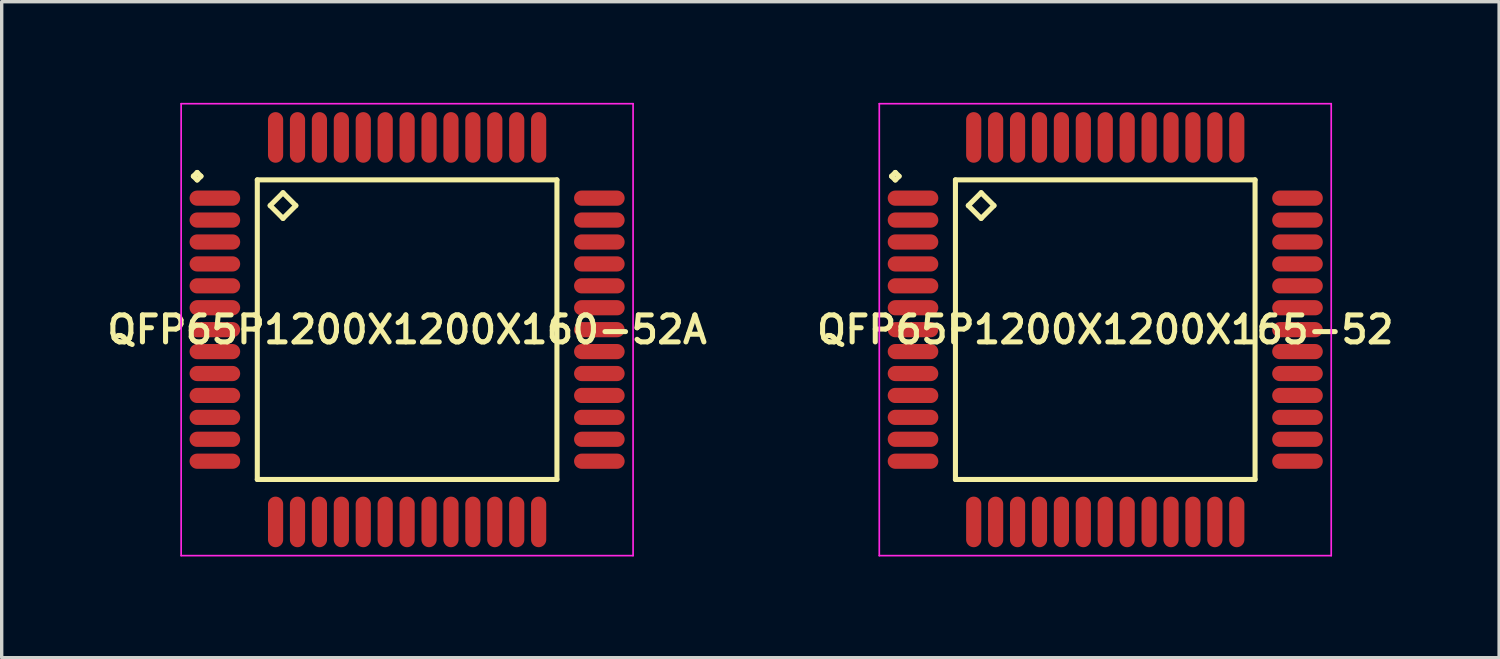
<source format=kicad_pcb>
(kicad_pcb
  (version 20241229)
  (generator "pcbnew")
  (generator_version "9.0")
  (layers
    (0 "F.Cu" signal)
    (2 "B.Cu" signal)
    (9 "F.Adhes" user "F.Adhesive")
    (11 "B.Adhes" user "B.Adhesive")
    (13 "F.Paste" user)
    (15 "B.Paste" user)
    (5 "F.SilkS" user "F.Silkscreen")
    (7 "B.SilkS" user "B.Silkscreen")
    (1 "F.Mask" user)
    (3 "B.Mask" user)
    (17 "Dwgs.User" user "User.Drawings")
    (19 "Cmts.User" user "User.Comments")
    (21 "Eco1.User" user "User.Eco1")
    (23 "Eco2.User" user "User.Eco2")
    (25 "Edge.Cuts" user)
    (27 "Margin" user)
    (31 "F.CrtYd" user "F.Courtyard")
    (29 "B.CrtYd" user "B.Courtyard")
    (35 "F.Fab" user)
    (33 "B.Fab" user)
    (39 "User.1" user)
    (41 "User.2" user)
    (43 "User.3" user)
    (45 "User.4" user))
  (footprint "QFP65P1200X1200X160-52A"
    (layer "F.Cu")
    (at 9.021 6.725)
    (property "Reference" "QFP65P1200X1200X160-52A" (at 0 0 0) (layer "F.SilkS") (effects (font (size 0.8 0.8) (thickness 0.15))))
    (attr smd)
    (fp_line (start -6.338 -4.55) (end -6.225 -4.662) (stroke (width 0.15) (type solid)) (layer "F.SilkS"))
    (fp_line (start -6.225 -4.662) (end -6.112 -4.55) (stroke (width 0.15) (type solid)) (layer "F.SilkS"))
    (fp_line (start -6.225 -4.438) (end -6.338 -4.55) (stroke (width 0.15) (type solid)) (layer "F.SilkS"))
    (fp_line (start -6.112 -4.55) (end -6.225 -4.438) (stroke (width 0.15) (type solid)) (layer "F.SilkS"))
    (fp_line (start -4.442 -4.442) (end -4.442 4.442) (stroke (width 0.15) (type solid)) (layer "F.SilkS"))
    (fp_line (start -4.442 4.442) (end 4.442 4.442) (stroke (width 0.15) (type solid)) (layer "F.SilkS"))
    (fp_line (start -4.061 -3.68) (end -3.68 -4.061) (stroke (width 0.15) (type solid)) (layer "F.SilkS"))
    (fp_line (start -3.68 -4.061) (end -3.299 -3.68) (stroke (width 0.15) (type solid)) (layer "F.SilkS"))
    (fp_line (start -3.68 -3.299) (end -4.061 -3.68) (stroke (width 0.15) (type solid)) (layer "F.SilkS"))
    (fp_line (start -3.299 -3.68) (end -3.68 -3.299) (stroke (width 0.15) (type solid)) (layer "F.SilkS"))
    (fp_line (start 4.442 -4.442) (end -4.442 -4.442) (stroke (width 0.15) (type solid)) (layer "F.SilkS"))
    (fp_line (start 4.442 4.442) (end 4.442 -4.442) (stroke (width 0.15) (type solid)) (layer "F.SilkS"))
    (fp_line (start -6.7 -6.7) (end 6.7 -6.7) (stroke (width 0.05) (type solid)) (layer "F.CrtYd"))
    (fp_line (start -6.7 6.7) (end -6.7 -6.7) (stroke (width 0.05) (type solid)) (layer "F.CrtYd"))
    (fp_line (start 6.7 -6.7) (end 6.7 6.7) (stroke (width 0.05) (type solid)) (layer "F.CrtYd"))
    (fp_line (start 6.7 6.7) (end -6.7 6.7) (stroke (width 0.05) (type solid)) (layer "F.CrtYd"))
    (pad "1" smd oval (at -5.7 -3.9) (size 1.5 0.45) (layers "F.Cu" "F.Mask" "F.Paste"))
    (pad "2" smd oval (at -5.7 -3.25) (size 1.5 0.45) (layers "F.Cu" "F.Mask" "F.Paste"))
    (pad "3" smd oval (at -5.7 -2.6) (size 1.5 0.45) (layers "F.Cu" "F.Mask" "F.Paste"))
    (pad "4" smd oval (at -5.7 -1.95) (size 1.5 0.45) (layers "F.Cu" "F.Mask" "F.Paste"))
    (pad "5" smd oval (at -5.7 -1.3) (size 1.5 0.45) (layers "F.Cu" "F.Mask" "F.Paste"))
    (pad "6" smd oval (at -5.7 -0.65) (size 1.5 0.45) (layers "F.Cu" "F.Mask" "F.Paste"))
    (pad "7" smd oval (at -5.7 0) (size 1.5 0.45) (layers "F.Cu" "F.Mask" "F.Paste"))
    (pad "8" smd oval (at -5.7 0.65) (size 1.5 0.45) (layers "F.Cu" "F.Mask" "F.Paste"))
    (pad "9" smd oval (at -5.7 1.3) (size 1.5 0.45) (layers "F.Cu" "F.Mask" "F.Paste"))
    (pad "10" smd oval (at -5.7 1.95) (size 1.5 0.45) (layers "F.Cu" "F.Mask" "F.Paste"))
    (pad "11" smd oval (at -5.7 2.6) (size 1.5 0.45) (layers "F.Cu" "F.Mask" "F.Paste"))
    (pad "12" smd oval (at -5.7 3.25) (size 1.5 0.45) (layers "F.Cu" "F.Mask" "F.Paste"))
    (pad "13" smd oval (at -5.7 3.9) (size 1.5 0.45) (layers "F.Cu" "F.Mask" "F.Paste"))
    (pad "14" smd oval (at -3.9 5.7) (size 0.45 1.5) (layers "F.Cu" "F.Mask" "F.Paste"))
    (pad "15" smd oval (at -3.25 5.7) (size 0.45 1.5) (layers "F.Cu" "F.Mask" "F.Paste"))
    (pad "16" smd oval (at -2.6 5.7) (size 0.45 1.5) (layers "F.Cu" "F.Mask" "F.Paste"))
    (pad "17" smd oval (at -1.95 5.7) (size 0.45 1.5) (layers "F.Cu" "F.Mask" "F.Paste"))
    (pad "18" smd oval (at -1.3 5.7) (size 0.45 1.5) (layers "F.Cu" "F.Mask" "F.Paste"))
    (pad "19" smd oval (at -0.65 5.7) (size 0.45 1.5) (layers "F.Cu" "F.Mask" "F.Paste"))
    (pad "20" smd oval (at 0 5.7) (size 0.45 1.5) (layers "F.Cu" "F.Mask" "F.Paste"))
    (pad "21" smd oval (at 0.65 5.7) (size 0.45 1.5) (layers "F.Cu" "F.Mask" "F.Paste"))
    (pad "22" smd oval (at 1.3 5.7) (size 0.45 1.5) (layers "F.Cu" "F.Mask" "F.Paste"))
    (pad "23" smd oval (at 1.95 5.7) (size 0.45 1.5) (layers "F.Cu" "F.Mask" "F.Paste"))
    (pad "24" smd oval (at 2.6 5.7) (size 0.45 1.5) (layers "F.Cu" "F.Mask" "F.Paste"))
    (pad "25" smd oval (at 3.25 5.7) (size 0.45 1.5) (layers "F.Cu" "F.Mask" "F.Paste"))
    (pad "26" smd oval (at 3.9 5.7) (size 0.45 1.5) (layers "F.Cu" "F.Mask" "F.Paste"))
    (pad "27" smd oval (at 5.7 3.9) (size 1.5 0.45) (layers "F.Cu" "F.Mask" "F.Paste"))
    (pad "28" smd oval (at 5.7 3.25) (size 1.5 0.45) (layers "F.Cu" "F.Mask" "F.Paste"))
    (pad "29" smd oval (at 5.7 2.6) (size 1.5 0.45) (layers "F.Cu" "F.Mask" "F.Paste"))
    (pad "30" smd oval (at 5.7 1.95) (size 1.5 0.45) (layers "F.Cu" "F.Mask" "F.Paste"))
    (pad "31" smd oval (at 5.7 1.3) (size 1.5 0.45) (layers "F.Cu" "F.Mask" "F.Paste"))
    (pad "32" smd oval (at 5.7 0.65) (size 1.5 0.45) (layers "F.Cu" "F.Mask" "F.Paste"))
    (pad "33" smd oval (at 5.7 0) (size 1.5 0.45) (layers "F.Cu" "F.Mask" "F.Paste"))
    (pad "34" smd oval (at 5.7 -0.65) (size 1.5 0.45) (layers "F.Cu" "F.Mask" "F.Paste"))
    (pad "35" smd oval (at 5.7 -1.3) (size 1.5 0.45) (layers "F.Cu" "F.Mask" "F.Paste"))
    (pad "36" smd oval (at 5.7 -1.95) (size 1.5 0.45) (layers "F.Cu" "F.Mask" "F.Paste"))
    (pad "37" smd oval (at 5.7 -2.6) (size 1.5 0.45) (layers "F.Cu" "F.Mask" "F.Paste"))
    (pad "38" smd oval (at 5.7 -3.25) (size 1.5 0.45) (layers "F.Cu" "F.Mask" "F.Paste"))
    (pad "39" smd oval (at 5.7 -3.9) (size 1.5 0.45) (layers "F.Cu" "F.Mask" "F.Paste"))
    (pad "40" smd oval (at 3.9 -5.7) (size 0.45 1.5) (layers "F.Cu" "F.Mask" "F.Paste"))
    (pad "41" smd oval (at 3.25 -5.7) (size 0.45 1.5) (layers "F.Cu" "F.Mask" "F.Paste"))
    (pad "42" smd oval (at 2.6 -5.7) (size 0.45 1.5) (layers "F.Cu" "F.Mask" "F.Paste"))
    (pad "43" smd oval (at 1.95 -5.7) (size 0.45 1.5) (layers "F.Cu" "F.Mask" "F.Paste"))
    (pad "44" smd oval (at 1.3 -5.7) (size 0.45 1.5) (layers "F.Cu" "F.Mask" "F.Paste"))
    (pad "45" smd oval (at 0.65 -5.7) (size 0.45 1.5) (layers "F.Cu" "F.Mask" "F.Paste"))
    (pad "46" smd oval (at 0 -5.7) (size 0.45 1.5) (layers "F.Cu" "F.Mask" "F.Paste"))
    (pad "47" smd oval (at -0.65 -5.7) (size 0.45 1.5) (layers "F.Cu" "F.Mask" "F.Paste"))
    (pad "48" smd oval (at -1.3 -5.7) (size 0.45 1.5) (layers "F.Cu" "F.Mask" "F.Paste"))
    (pad "49" smd oval (at -1.95 -5.7) (size 0.45 1.5) (layers "F.Cu" "F.Mask" "F.Paste"))
    (pad "50" smd oval (at -2.6 -5.7) (size 0.45 1.5) (layers "F.Cu" "F.Mask" "F.Paste"))
    (pad "51" smd oval (at -3.25 -5.7) (size 0.45 1.5) (layers "F.Cu" "F.Mask" "F.Paste"))
    (pad "52" smd oval (at -3.9 -5.7) (size 0.45 1.5) (layers "F.Cu" "F.Mask" "F.Paste")))
  (footprint "QFP65P1200X1200X165-52"
    (layer "F.Cu")
    (at 29.721 6.725)
    (property "Reference" "QFP65P1200X1200X165-52" (at 0 0 0) (layer "F.SilkS") (effects (font (size 0.8 0.8) (thickness 0.15))))
    (attr smd)
    (fp_line (start -6.338 -4.55) (end -6.225 -4.662) (stroke (width 0.15) (type solid)) (layer "F.SilkS"))
    (fp_line (start -6.225 -4.662) (end -6.112 -4.55) (stroke (width 0.15) (type solid)) (layer "F.SilkS"))
    (fp_line (start -6.225 -4.438) (end -6.338 -4.55) (stroke (width 0.15) (type solid)) (layer "F.SilkS"))
    (fp_line (start -6.112 -4.55) (end -6.225 -4.438) (stroke (width 0.15) (type solid)) (layer "F.SilkS"))
    (fp_line (start -4.442 -4.442) (end -4.442 4.442) (stroke (width 0.15) (type solid)) (layer "F.SilkS"))
    (fp_line (start -4.442 4.442) (end 4.442 4.442) (stroke (width 0.15) (type solid)) (layer "F.SilkS"))
    (fp_line (start -4.061 -3.68) (end -3.68 -4.061) (stroke (width 0.15) (type solid)) (layer "F.SilkS"))
    (fp_line (start -3.68 -4.061) (end -3.299 -3.68) (stroke (width 0.15) (type solid)) (layer "F.SilkS"))
    (fp_line (start -3.68 -3.299) (end -4.061 -3.68) (stroke (width 0.15) (type solid)) (layer "F.SilkS"))
    (fp_line (start -3.299 -3.68) (end -3.68 -3.299) (stroke (width 0.15) (type solid)) (layer "F.SilkS"))
    (fp_line (start 4.442 -4.442) (end -4.442 -4.442) (stroke (width 0.15) (type solid)) (layer "F.SilkS"))
    (fp_line (start 4.442 4.442) (end 4.442 -4.442) (stroke (width 0.15) (type solid)) (layer "F.SilkS"))
    (fp_line (start -6.7 -6.7) (end 6.7 -6.7) (stroke (width 0.05) (type solid)) (layer "F.CrtYd"))
    (fp_line (start -6.7 6.7) (end -6.7 -6.7) (stroke (width 0.05) (type solid)) (layer "F.CrtYd"))
    (fp_line (start 6.7 -6.7) (end 6.7 6.7) (stroke (width 0.05) (type solid)) (layer "F.CrtYd"))
    (fp_line (start 6.7 6.7) (end -6.7 6.7) (stroke (width 0.05) (type solid)) (layer "F.CrtYd"))
    (pad "1" smd oval (at -5.7 -3.9) (size 1.5 0.45) (layers "F.Cu" "F.Mask" "F.Paste"))
    (pad "2" smd oval (at -5.7 -3.25) (size 1.5 0.45) (layers "F.Cu" "F.Mask" "F.Paste"))
    (pad "3" smd oval (at -5.7 -2.6) (size 1.5 0.45) (layers "F.Cu" "F.Mask" "F.Paste"))
    (pad "4" smd oval (at -5.7 -1.95) (size 1.5 0.45) (layers "F.Cu" "F.Mask" "F.Paste"))
    (pad "5" smd oval (at -5.7 -1.3) (size 1.5 0.45) (layers "F.Cu" "F.Mask" "F.Paste"))
    (pad "6" smd oval (at -5.7 -0.65) (size 1.5 0.45) (layers "F.Cu" "F.Mask" "F.Paste"))
    (pad "7" smd oval (at -5.7 0) (size 1.5 0.45) (layers "F.Cu" "F.Mask" "F.Paste"))
    (pad "8" smd oval (at -5.7 0.65) (size 1.5 0.45) (layers "F.Cu" "F.Mask" "F.Paste"))
    (pad "9" smd oval (at -5.7 1.3) (size 1.5 0.45) (layers "F.Cu" "F.Mask" "F.Paste"))
    (pad "10" smd oval (at -5.7 1.95) (size 1.5 0.45) (layers "F.Cu" "F.Mask" "F.Paste"))
    (pad "11" smd oval (at -5.7 2.6) (size 1.5 0.45) (layers "F.Cu" "F.Mask" "F.Paste"))
    (pad "12" smd oval (at -5.7 3.25) (size 1.5 0.45) (layers "F.Cu" "F.Mask" "F.Paste"))
    (pad "13" smd oval (at -5.7 3.9) (size 1.5 0.45) (layers "F.Cu" "F.Mask" "F.Paste"))
    (pad "14" smd oval (at -3.9 5.7) (size 0.45 1.5) (layers "F.Cu" "F.Mask" "F.Paste"))
    (pad "15" smd oval (at -3.25 5.7) (size 0.45 1.5) (layers "F.Cu" "F.Mask" "F.Paste"))
    (pad "16" smd oval (at -2.6 5.7) (size 0.45 1.5) (layers "F.Cu" "F.Mask" "F.Paste"))
    (pad "17" smd oval (at -1.95 5.7) (size 0.45 1.5) (layers "F.Cu" "F.Mask" "F.Paste"))
    (pad "18" smd oval (at -1.3 5.7) (size 0.45 1.5) (layers "F.Cu" "F.Mask" "F.Paste"))
    (pad "19" smd oval (at -0.65 5.7) (size 0.45 1.5) (layers "F.Cu" "F.Mask" "F.Paste"))
    (pad "20" smd oval (at 0 5.7) (size 0.45 1.5) (layers "F.Cu" "F.Mask" "F.Paste"))
    (pad "21" smd oval (at 0.65 5.7) (size 0.45 1.5) (layers "F.Cu" "F.Mask" "F.Paste"))
    (pad "22" smd oval (at 1.3 5.7) (size 0.45 1.5) (layers "F.Cu" "F.Mask" "F.Paste"))
    (pad "23" smd oval (at 1.95 5.7) (size 0.45 1.5) (layers "F.Cu" "F.Mask" "F.Paste"))
    (pad "24" smd oval (at 2.6 5.7) (size 0.45 1.5) (layers "F.Cu" "F.Mask" "F.Paste"))
    (pad "25" smd oval (at 3.25 5.7) (size 0.45 1.5) (layers "F.Cu" "F.Mask" "F.Paste"))
    (pad "26" smd oval (at 3.9 5.7) (size 0.45 1.5) (layers "F.Cu" "F.Mask" "F.Paste"))
    (pad "27" smd oval (at 5.7 3.9) (size 1.5 0.45) (layers "F.Cu" "F.Mask" "F.Paste"))
    (pad "28" smd oval (at 5.7 3.25) (size 1.5 0.45) (layers "F.Cu" "F.Mask" "F.Paste"))
    (pad "29" smd oval (at 5.7 2.6) (size 1.5 0.45) (layers "F.Cu" "F.Mask" "F.Paste"))
    (pad "30" smd oval (at 5.7 1.95) (size 1.5 0.45) (layers "F.Cu" "F.Mask" "F.Paste"))
    (pad "31" smd oval (at 5.7 1.3) (size 1.5 0.45) (layers "F.Cu" "F.Mask" "F.Paste"))
    (pad "32" smd oval (at 5.7 0.65) (size 1.5 0.45) (layers "F.Cu" "F.Mask" "F.Paste"))
    (pad "33" smd oval (at 5.7 0) (size 1.5 0.45) (layers "F.Cu" "F.Mask" "F.Paste"))
    (pad "34" smd oval (at 5.7 -0.65) (size 1.5 0.45) (layers "F.Cu" "F.Mask" "F.Paste"))
    (pad "35" smd oval (at 5.7 -1.3) (size 1.5 0.45) (layers "F.Cu" "F.Mask" "F.Paste"))
    (pad "36" smd oval (at 5.7 -1.95) (size 1.5 0.45) (layers "F.Cu" "F.Mask" "F.Paste"))
    (pad "37" smd oval (at 5.7 -2.6) (size 1.5 0.45) (layers "F.Cu" "F.Mask" "F.Paste"))
    (pad "38" smd oval (at 5.7 -3.25) (size 1.5 0.45) (layers "F.Cu" "F.Mask" "F.Paste"))
    (pad "39" smd oval (at 5.7 -3.9) (size 1.5 0.45) (layers "F.Cu" "F.Mask" "F.Paste"))
    (pad "40" smd oval (at 3.9 -5.7) (size 0.45 1.5) (layers "F.Cu" "F.Mask" "F.Paste"))
    (pad "41" smd oval (at 3.25 -5.7) (size 0.45 1.5) (layers "F.Cu" "F.Mask" "F.Paste"))
    (pad "42" smd oval (at 2.6 -5.7) (size 0.45 1.5) (layers "F.Cu" "F.Mask" "F.Paste"))
    (pad "43" smd oval (at 1.95 -5.7) (size 0.45 1.5) (layers "F.Cu" "F.Mask" "F.Paste"))
    (pad "44" smd oval (at 1.3 -5.7) (size 0.45 1.5) (layers "F.Cu" "F.Mask" "F.Paste"))
    (pad "45" smd oval (at 0.65 -5.7) (size 0.45 1.5) (layers "F.Cu" "F.Mask" "F.Paste"))
    (pad "46" smd oval (at 0 -5.7) (size 0.45 1.5) (layers "F.Cu" "F.Mask" "F.Paste"))
    (pad "47" smd oval (at -0.65 -5.7) (size 0.45 1.5) (layers "F.Cu" "F.Mask" "F.Paste"))
    (pad "48" smd oval (at -1.3 -5.7) (size 0.45 1.5) (layers "F.Cu" "F.Mask" "F.Paste"))
    (pad "49" smd oval (at -1.95 -5.7) (size 0.45 1.5) (layers "F.Cu" "F.Mask" "F.Paste"))
    (pad "50" smd oval (at -2.6 -5.7) (size 0.45 1.5) (layers "F.Cu" "F.Mask" "F.Paste"))
    (pad "51" smd oval (at -3.25 -5.7) (size 0.45 1.5) (layers "F.Cu" "F.Mask" "F.Paste"))
    (pad "52" smd oval (at -3.9 -5.7) (size 0.45 1.5) (layers "F.Cu" "F.Mask" "F.Paste")))
  (gr_rect
    (start -3 -3)
    (end 41.399 16.45)
    (stroke (width 0.1) (type default))
    (fill no)
    (layer "Edge.Cuts")))
</source>
